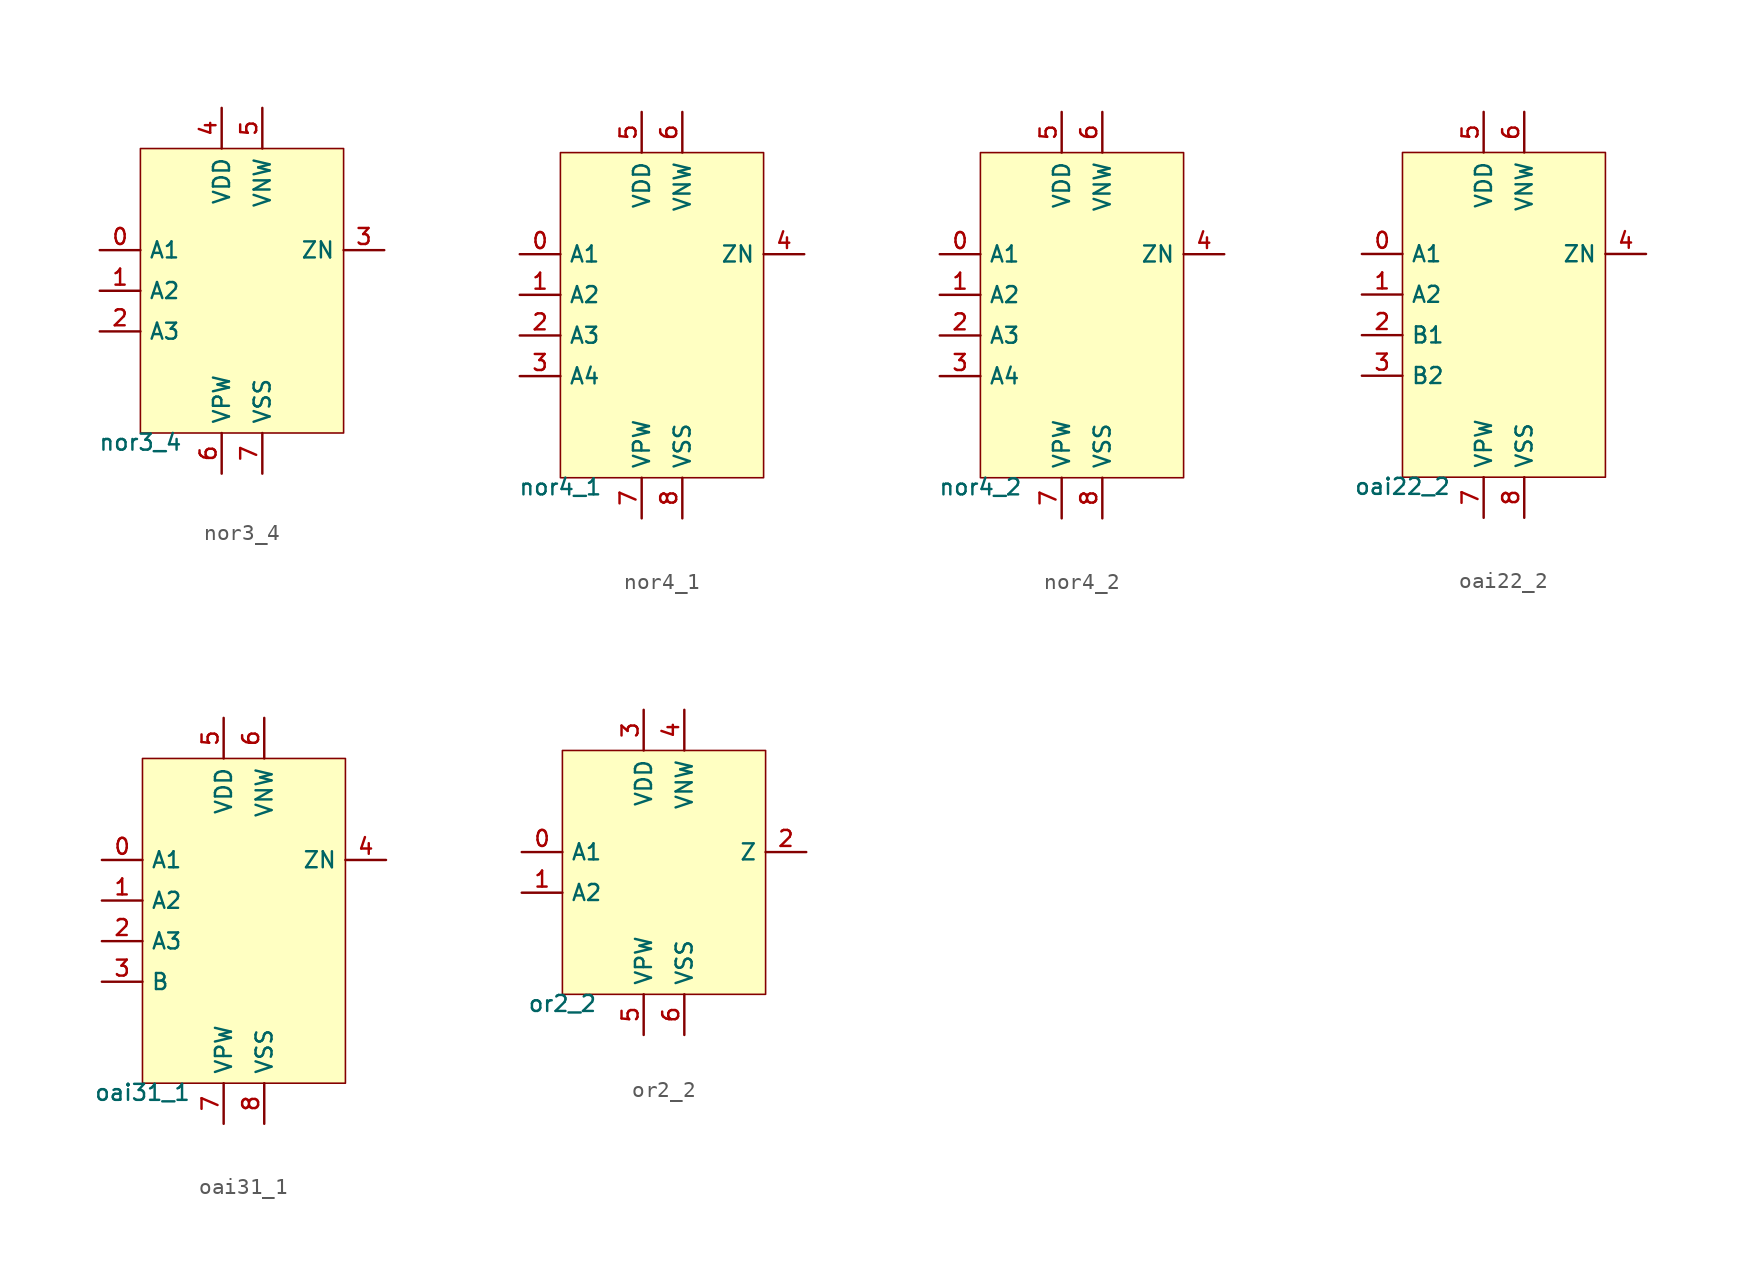
<source format=kicad_sym>
(kicad_symbol_lib
  (version 20211014)
  (generator pdk2kicad)
  (symbol "nor3_4"
    (property "Reference" "X"
      (at 0 0 0)
      (effects (font (size 1 1)) hide))
    (property "Value" "nor3_4"
      (at -6.35 -8.89 0)
      (effects (font (size 1 1)) (justify top)))
    (rectangle
      (start -6.35 -8.89)
      (end 6.35 8.89)
      (stroke (width 0.1) (type solid) (color 0 0 0 0))
      (fill (type background)))
    (pin input line
      (at -8.89 2.54 0)
      (length 2.54)
      (name "A1" (effects (font (size 1 1)) hide))
      (number "0" (effects (font (size 1 1)) hide)))
    (pin input line
      (at -8.89 4.440892098500626e-16 0)
      (length 2.54)
      (name "A2" (effects (font (size 1 1)) hide))
      (number "1" (effects (font (size 1 1)) hide)))
    (pin input line
      (at -8.89 -2.54 0)
      (length 2.54)
      (name "A3" (effects (font (size 1 1)) hide))
      (number "2" (effects (font (size 1 1)) hide)))
    (pin output line
      (at 8.89 2.54 180)
      (length 2.54)
      (name "ZN" (effects (font (size 1 1)) hide))
      (number "3" (effects (font (size 1 1)) hide)))
    (pin power_in line
      (at -1.27 11.43 270)
      (length 2.54)
      (name "VDD" (effects (font (size 1 1)) hide))
      (number "4" (effects (font (size 1 1)) hide)))
    (pin power_in line
      (at 1.27 11.43 270)
      (length 2.54)
      (name "VNW" (effects (font (size 1 1)) hide))
      (number "5" (effects (font (size 1 1)) hide)))
    (pin power_in line
      (at -1.27 -11.43 90)
      (length 2.54)
      (name "VPW" (effects (font (size 1 1)) hide))
      (number "6" (effects (font (size 1 1)) hide)))
    (pin power_in line
      (at 1.27 -11.43 90)
      (length 2.54)
      (name "VSS" (effects (font (size 1 1)) hide))
      (number "7" (effects (font (size 1 1)) hide))))
  (symbol "nor4_1"
    (property "Reference" "X"
      (at 0 0 0)
      (effects (font (size 1 1)) hide))
    (property "Value" "nor4_1"
      (at -6.35 -10.16 0)
      (effects (font (size 1 1)) (justify top)))
    (rectangle
      (start -6.35 -10.16)
      (end 6.35 10.16)
      (stroke (width 0.1) (type solid) (color 0 0 0 0))
      (fill (type background)))
    (pin input line
      (at -8.89 3.81 0)
      (length 2.54)
      (name "A1" (effects (font (size 1 1)) hide))
      (number "0" (effects (font (size 1 1)) hide)))
    (pin input line
      (at -8.89 1.27 0)
      (length 2.54)
      (name "A2" (effects (font (size 1 1)) hide))
      (number "1" (effects (font (size 1 1)) hide)))
    (pin input line
      (at -8.89 -1.27 0)
      (length 2.54)
      (name "A3" (effects (font (size 1 1)) hide))
      (number "2" (effects (font (size 1 1)) hide)))
    (pin input line
      (at -8.89 -3.81 0)
      (length 2.54)
      (name "A4" (effects (font (size 1 1)) hide))
      (number "3" (effects (font (size 1 1)) hide)))
    (pin output line
      (at 8.89 3.81 180)
      (length 2.54)
      (name "ZN" (effects (font (size 1 1)) hide))
      (number "4" (effects (font (size 1 1)) hide)))
    (pin power_in line
      (at -1.27 12.7 270)
      (length 2.54)
      (name "VDD" (effects (font (size 1 1)) hide))
      (number "5" (effects (font (size 1 1)) hide)))
    (pin power_in line
      (at 1.27 12.7 270)
      (length 2.54)
      (name "VNW" (effects (font (size 1 1)) hide))
      (number "6" (effects (font (size 1 1)) hide)))
    (pin power_in line
      (at -1.27 -12.7 90)
      (length 2.54)
      (name "VPW" (effects (font (size 1 1)) hide))
      (number "7" (effects (font (size 1 1)) hide)))
    (pin power_in line
      (at 1.27 -12.7 90)
      (length 2.54)
      (name "VSS" (effects (font (size 1 1)) hide))
      (number "8" (effects (font (size 1 1)) hide))))
  (symbol "nor4_2"
    (property "Reference" "X"
      (at 0 0 0)
      (effects (font (size 1 1)) hide))
    (property "Value" "nor4_2"
      (at -6.35 -10.16 0)
      (effects (font (size 1 1)) (justify top)))
    (rectangle
      (start -6.35 -10.16)
      (end 6.35 10.16)
      (stroke (width 0.1) (type solid) (color 0 0 0 0))
      (fill (type background)))
    (pin input line
      (at -8.89 3.81 0)
      (length 2.54)
      (name "A1" (effects (font (size 1 1)) hide))
      (number "0" (effects (font (size 1 1)) hide)))
    (pin input line
      (at -8.89 1.27 0)
      (length 2.54)
      (name "A2" (effects (font (size 1 1)) hide))
      (number "1" (effects (font (size 1 1)) hide)))
    (pin input line
      (at -8.89 -1.27 0)
      (length 2.54)
      (name "A3" (effects (font (size 1 1)) hide))
      (number "2" (effects (font (size 1 1)) hide)))
    (pin input line
      (at -8.89 -3.81 0)
      (length 2.54)
      (name "A4" (effects (font (size 1 1)) hide))
      (number "3" (effects (font (size 1 1)) hide)))
    (pin output line
      (at 8.89 3.81 180)
      (length 2.54)
      (name "ZN" (effects (font (size 1 1)) hide))
      (number "4" (effects (font (size 1 1)) hide)))
    (pin power_in line
      (at -1.27 12.7 270)
      (length 2.54)
      (name "VDD" (effects (font (size 1 1)) hide))
      (number "5" (effects (font (size 1 1)) hide)))
    (pin power_in line
      (at 1.27 12.7 270)
      (length 2.54)
      (name "VNW" (effects (font (size 1 1)) hide))
      (number "6" (effects (font (size 1 1)) hide)))
    (pin power_in line
      (at -1.27 -12.7 90)
      (length 2.54)
      (name "VPW" (effects (font (size 1 1)) hide))
      (number "7" (effects (font (size 1 1)) hide)))
    (pin power_in line
      (at 1.27 -12.7 90)
      (length 2.54)
      (name "VSS" (effects (font (size 1 1)) hide))
      (number "8" (effects (font (size 1 1)) hide))))
  (symbol "oai22_2"
    (property "Reference" "X"
      (at 0 0 0)
      (effects (font (size 1 1)) hide))
    (property "Value" "oai22_2"
      (at -6.35 -10.16 0)
      (effects (font (size 1 1)) (justify top)))
    (rectangle
      (start -6.35 -10.16)
      (end 6.35 10.16)
      (stroke (width 0.1) (type solid) (color 0 0 0 0))
      (fill (type background)))
    (pin input line
      (at -8.89 3.81 0)
      (length 2.54)
      (name "A1" (effects (font (size 1 1)) hide))
      (number "0" (effects (font (size 1 1)) hide)))
    (pin input line
      (at -8.89 1.27 0)
      (length 2.54)
      (name "A2" (effects (font (size 1 1)) hide))
      (number "1" (effects (font (size 1 1)) hide)))
    (pin input line
      (at -8.89 -1.27 0)
      (length 2.54)
      (name "B1" (effects (font (size 1 1)) hide))
      (number "2" (effects (font (size 1 1)) hide)))
    (pin input line
      (at -8.89 -3.81 0)
      (length 2.54)
      (name "B2" (effects (font (size 1 1)) hide))
      (number "3" (effects (font (size 1 1)) hide)))
    (pin output line
      (at 8.89 3.81 180)
      (length 2.54)
      (name "ZN" (effects (font (size 1 1)) hide))
      (number "4" (effects (font (size 1 1)) hide)))
    (pin power_in line
      (at -1.27 12.7 270)
      (length 2.54)
      (name "VDD" (effects (font (size 1 1)) hide))
      (number "5" (effects (font (size 1 1)) hide)))
    (pin power_in line
      (at 1.27 12.7 270)
      (length 2.54)
      (name "VNW" (effects (font (size 1 1)) hide))
      (number "6" (effects (font (size 1 1)) hide)))
    (pin power_in line
      (at -1.27 -12.7 90)
      (length 2.54)
      (name "VPW" (effects (font (size 1 1)) hide))
      (number "7" (effects (font (size 1 1)) hide)))
    (pin power_in line
      (at 1.27 -12.7 90)
      (length 2.54)
      (name "VSS" (effects (font (size 1 1)) hide))
      (number "8" (effects (font (size 1 1)) hide))))
  (symbol "oai31_1"
    (property "Reference" "X"
      (at 0 0 0)
      (effects (font (size 1 1)) hide))
    (property "Value" "oai31_1"
      (at -6.35 -10.16 0)
      (effects (font (size 1 1)) (justify top)))
    (rectangle
      (start -6.35 -10.16)
      (end 6.35 10.16)
      (stroke (width 0.1) (type solid) (color 0 0 0 0))
      (fill (type background)))
    (pin input line
      (at -8.89 3.81 0)
      (length 2.54)
      (name "A1" (effects (font (size 1 1)) hide))
      (number "0" (effects (font (size 1 1)) hide)))
    (pin input line
      (at -8.89 1.27 0)
      (length 2.54)
      (name "A2" (effects (font (size 1 1)) hide))
      (number "1" (effects (font (size 1 1)) hide)))
    (pin input line
      (at -8.89 -1.27 0)
      (length 2.54)
      (name "A3" (effects (font (size 1 1)) hide))
      (number "2" (effects (font (size 1 1)) hide)))
    (pin input line
      (at -8.89 -3.81 0)
      (length 2.54)
      (name "B" (effects (font (size 1 1)) hide))
      (number "3" (effects (font (size 1 1)) hide)))
    (pin output line
      (at 8.89 3.81 180)
      (length 2.54)
      (name "ZN" (effects (font (size 1 1)) hide))
      (number "4" (effects (font (size 1 1)) hide)))
    (pin power_in line
      (at -1.27 12.7 270)
      (length 2.54)
      (name "VDD" (effects (font (size 1 1)) hide))
      (number "5" (effects (font (size 1 1)) hide)))
    (pin power_in line
      (at 1.27 12.7 270)
      (length 2.54)
      (name "VNW" (effects (font (size 1 1)) hide))
      (number "6" (effects (font (size 1 1)) hide)))
    (pin power_in line
      (at -1.27 -12.7 90)
      (length 2.54)
      (name "VPW" (effects (font (size 1 1)) hide))
      (number "7" (effects (font (size 1 1)) hide)))
    (pin power_in line
      (at 1.27 -12.7 90)
      (length 2.54)
      (name "VSS" (effects (font (size 1 1)) hide))
      (number "8" (effects (font (size 1 1)) hide))))
  (symbol "or2_2"
    (property "Reference" "X"
      (at 0 0 0)
      (effects (font (size 1 1)) hide))
    (property "Value" "or2_2"
      (at -6.35 -7.62 0)
      (effects (font (size 1 1)) (justify top)))
    (rectangle
      (start -6.35 -7.62)
      (end 6.35 7.62)
      (stroke (width 0.1) (type solid) (color 0 0 0 0))
      (fill (type background)))
    (pin input line
      (at -8.89 1.27 0)
      (length 2.54)
      (name "A1" (effects (font (size 1 1)) hide))
      (number "0" (effects (font (size 1 1)) hide)))
    (pin input line
      (at -8.89 -1.27 0)
      (length 2.54)
      (name "A2" (effects (font (size 1 1)) hide))
      (number "1" (effects (font (size 1 1)) hide)))
    (pin output line
      (at 8.89 1.27 180)
      (length 2.54)
      (name "Z" (effects (font (size 1 1)) hide))
      (number "2" (effects (font (size 1 1)) hide)))
    (pin power_in line
      (at -1.27 10.16 270)
      (length 2.54)
      (name "VDD" (effects (font (size 1 1)) hide))
      (number "3" (effects (font (size 1 1)) hide)))
    (pin power_in line
      (at 1.27 10.16 270)
      (length 2.54)
      (name "VNW" (effects (font (size 1 1)) hide))
      (number "4" (effects (font (size 1 1)) hide)))
    (pin power_in line
      (at -1.27 -10.16 90)
      (length 2.54)
      (name "VPW" (effects (font (size 1 1)) hide))
      (number "5" (effects (font (size 1 1)) hide)))
    (pin power_in line
      (at 1.27 -10.16 90)
      (length 2.54)
      (name "VSS" (effects (font (size 1 1)) hide))
      (number "6" (effects (font (size 1 1)) hide)))))
</source>
